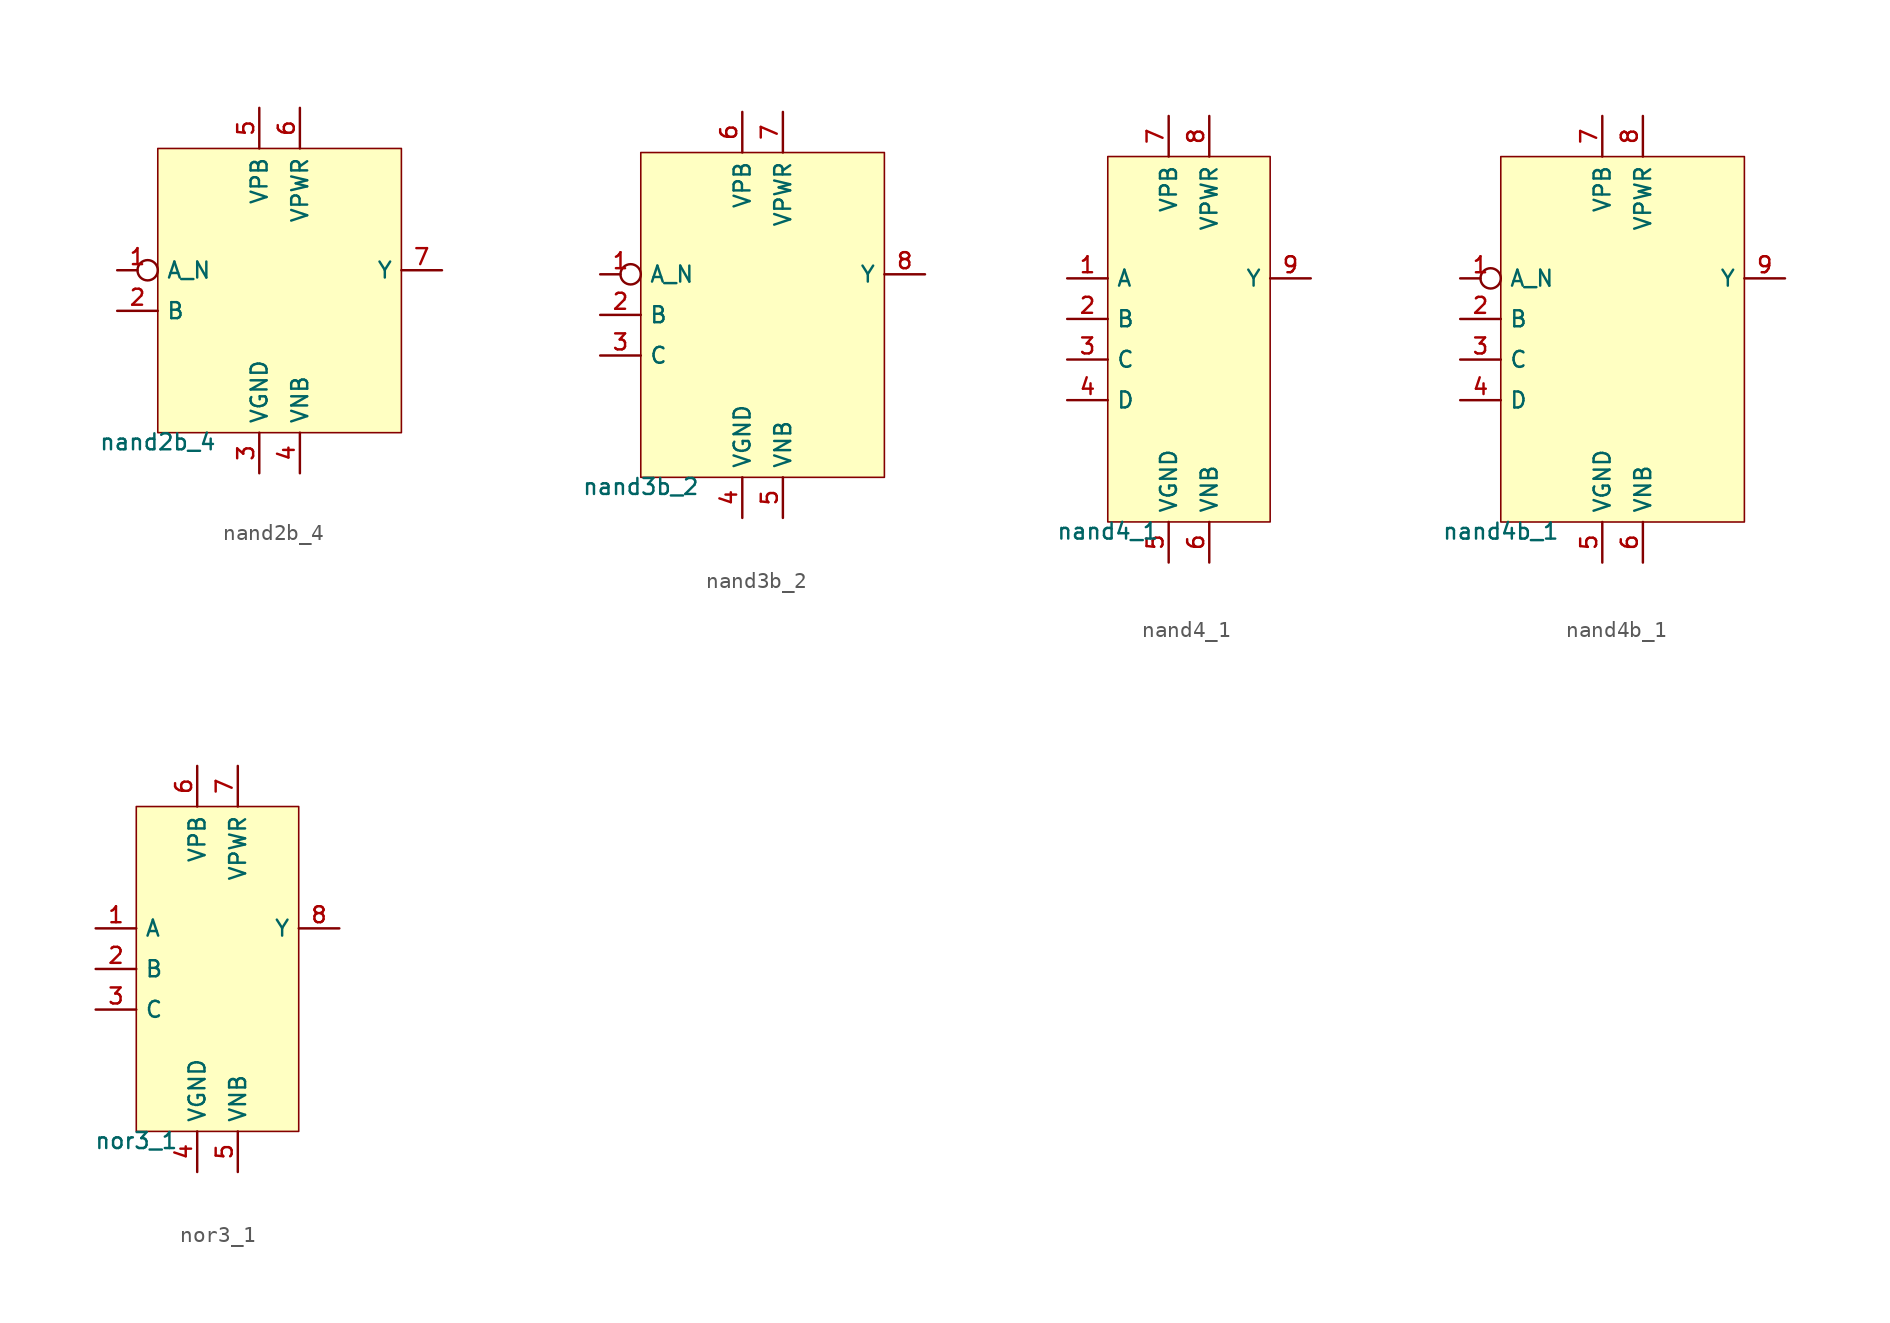
<source format=kicad_sym>
(kicad_symbol_lib
  (version 20211014)
  (generator pdk2kicad)
  (symbol "nand2b_4"
    (property "Reference" "X"
      (at 0 0 0)
      (effects (font (size 1 1)) hide))
    (property "Value" "nand2b_4"
      (at -7.62 -8.89 0)
      (effects (font (size 1 1)) (justify top)))
    (rectangle
      (start -7.62 -8.89)
      (end 7.62 8.89)
      (stroke (width 0.1) (type solid) (color 0 0 0 0))
      (fill (type background)))
    (pin input inverted
      (at -10.16 1.27 0)
      (length 2.54)
      (name "A_N" (effects (font (size 1 1)) hide))
      (number "1" (effects (font (size 1 1)) hide)))
    (pin input line
      (at -10.16 -1.27 0)
      (length 2.54)
      (name "B" (effects (font (size 1 1)) hide))
      (number "2" (effects (font (size 1 1)) hide)))
    (pin power_in line
      (at -1.27 -11.43 90)
      (length 2.54)
      (name "VGND" (effects (font (size 1 1)) hide))
      (number "3" (effects (font (size 1 1)) hide)))
    (pin power_in line
      (at 1.27 -11.43 90)
      (length 2.54)
      (name "VNB" (effects (font (size 1 1)) hide))
      (number "4" (effects (font (size 1 1)) hide)))
    (pin power_in line
      (at -1.27 11.43 270)
      (length 2.54)
      (name "VPB" (effects (font (size 1 1)) hide))
      (number "5" (effects (font (size 1 1)) hide)))
    (pin power_in line
      (at 1.27 11.43 270)
      (length 2.54)
      (name "VPWR" (effects (font (size 1 1)) hide))
      (number "6" (effects (font (size 1 1)) hide)))
    (pin output line
      (at 10.16 1.27 180)
      (length 2.54)
      (name "Y" (effects (font (size 1 1)) hide))
      (number "7" (effects (font (size 1 1)) hide))))
  (symbol "nand3b_2"
    (property "Reference" "X"
      (at 0 0 0)
      (effects (font (size 1 1)) hide))
    (property "Value" "nand3b_2"
      (at -7.62 -10.16 0)
      (effects (font (size 1 1)) (justify top)))
    (rectangle
      (start -7.62 -10.16)
      (end 7.62 10.16)
      (stroke (width 0.1) (type solid) (color 0 0 0 0))
      (fill (type background)))
    (pin input inverted
      (at -10.16 2.54 0)
      (length 2.54)
      (name "A_N" (effects (font (size 1 1)) hide))
      (number "1" (effects (font (size 1 1)) hide)))
    (pin input line
      (at -10.16 0.0 0)
      (length 2.54)
      (name "B" (effects (font (size 1 1)) hide))
      (number "2" (effects (font (size 1 1)) hide)))
    (pin input line
      (at -10.16 -2.54 0)
      (length 2.54)
      (name "C" (effects (font (size 1 1)) hide))
      (number "3" (effects (font (size 1 1)) hide)))
    (pin power_in line
      (at -1.27 -12.7 90)
      (length 2.54)
      (name "VGND" (effects (font (size 1 1)) hide))
      (number "4" (effects (font (size 1 1)) hide)))
    (pin power_in line
      (at 1.27 -12.7 90)
      (length 2.54)
      (name "VNB" (effects (font (size 1 1)) hide))
      (number "5" (effects (font (size 1 1)) hide)))
    (pin power_in line
      (at -1.27 12.7 270)
      (length 2.54)
      (name "VPB" (effects (font (size 1 1)) hide))
      (number "6" (effects (font (size 1 1)) hide)))
    (pin power_in line
      (at 1.27 12.7 270)
      (length 2.54)
      (name "VPWR" (effects (font (size 1 1)) hide))
      (number "7" (effects (font (size 1 1)) hide)))
    (pin output line
      (at 10.16 2.54 180)
      (length 2.54)
      (name "Y" (effects (font (size 1 1)) hide))
      (number "8" (effects (font (size 1 1)) hide))))
  (symbol "nand4_1"
    (property "Reference" "X"
      (at 0 0 0)
      (effects (font (size 1 1)) hide))
    (property "Value" "nand4_1"
      (at -5.08 -11.43 0)
      (effects (font (size 1 1)) (justify top)))
    (rectangle
      (start -5.08 -11.43)
      (end 5.08 11.43)
      (stroke (width 0.1) (type solid) (color 0 0 0 0))
      (fill (type background)))
    (pin input line
      (at -7.62 3.81 0)
      (length 2.54)
      (name "A" (effects (font (size 1 1)) hide))
      (number "1" (effects (font (size 1 1)) hide)))
    (pin input line
      (at -7.62 1.27 0)
      (length 2.54)
      (name "B" (effects (font (size 1 1)) hide))
      (number "2" (effects (font (size 1 1)) hide)))
    (pin input line
      (at -7.62 -1.27 0)
      (length 2.54)
      (name "C" (effects (font (size 1 1)) hide))
      (number "3" (effects (font (size 1 1)) hide)))
    (pin input line
      (at -7.62 -3.81 0)
      (length 2.54)
      (name "D" (effects (font (size 1 1)) hide))
      (number "4" (effects (font (size 1 1)) hide)))
    (pin power_in line
      (at -1.27 -13.97 90)
      (length 2.54)
      (name "VGND" (effects (font (size 1 1)) hide))
      (number "5" (effects (font (size 1 1)) hide)))
    (pin power_in line
      (at 1.27 -13.97 90)
      (length 2.54)
      (name "VNB" (effects (font (size 1 1)) hide))
      (number "6" (effects (font (size 1 1)) hide)))
    (pin power_in line
      (at -1.27 13.97 270)
      (length 2.54)
      (name "VPB" (effects (font (size 1 1)) hide))
      (number "7" (effects (font (size 1 1)) hide)))
    (pin power_in line
      (at 1.27 13.97 270)
      (length 2.54)
      (name "VPWR" (effects (font (size 1 1)) hide))
      (number "8" (effects (font (size 1 1)) hide)))
    (pin output line
      (at 7.62 3.81 180)
      (length 2.54)
      (name "Y" (effects (font (size 1 1)) hide))
      (number "9" (effects (font (size 1 1)) hide))))
  (symbol "nand4b_1"
    (property "Reference" "X"
      (at 0 0 0)
      (effects (font (size 1 1)) hide))
    (property "Value" "nand4b_1"
      (at -7.62 -11.43 0)
      (effects (font (size 1 1)) (justify top)))
    (rectangle
      (start -7.62 -11.43)
      (end 7.62 11.43)
      (stroke (width 0.1) (type solid) (color 0 0 0 0))
      (fill (type background)))
    (pin input inverted
      (at -10.16 3.81 0)
      (length 2.54)
      (name "A_N" (effects (font (size 1 1)) hide))
      (number "1" (effects (font (size 1 1)) hide)))
    (pin input line
      (at -10.16 1.27 0)
      (length 2.54)
      (name "B" (effects (font (size 1 1)) hide))
      (number "2" (effects (font (size 1 1)) hide)))
    (pin input line
      (at -10.16 -1.27 0)
      (length 2.54)
      (name "C" (effects (font (size 1 1)) hide))
      (number "3" (effects (font (size 1 1)) hide)))
    (pin input line
      (at -10.16 -3.81 0)
      (length 2.54)
      (name "D" (effects (font (size 1 1)) hide))
      (number "4" (effects (font (size 1 1)) hide)))
    (pin power_in line
      (at -1.27 -13.97 90)
      (length 2.54)
      (name "VGND" (effects (font (size 1 1)) hide))
      (number "5" (effects (font (size 1 1)) hide)))
    (pin power_in line
      (at 1.27 -13.97 90)
      (length 2.54)
      (name "VNB" (effects (font (size 1 1)) hide))
      (number "6" (effects (font (size 1 1)) hide)))
    (pin power_in line
      (at -1.27 13.97 270)
      (length 2.54)
      (name "VPB" (effects (font (size 1 1)) hide))
      (number "7" (effects (font (size 1 1)) hide)))
    (pin power_in line
      (at 1.27 13.97 270)
      (length 2.54)
      (name "VPWR" (effects (font (size 1 1)) hide))
      (number "8" (effects (font (size 1 1)) hide)))
    (pin output line
      (at 10.16 3.81 180)
      (length 2.54)
      (name "Y" (effects (font (size 1 1)) hide))
      (number "9" (effects (font (size 1 1)) hide))))
  (symbol "nor3_1"
    (property "Reference" "X"
      (at 0 0 0)
      (effects (font (size 1 1)) hide))
    (property "Value" "nor3_1"
      (at -5.08 -10.16 0)
      (effects (font (size 1 1)) (justify top)))
    (rectangle
      (start -5.08 -10.16)
      (end 5.08 10.16)
      (stroke (width 0.1) (type solid) (color 0 0 0 0))
      (fill (type background)))
    (pin input line
      (at -7.62 2.54 0)
      (length 2.54)
      (name "A" (effects (font (size 1 1)) hide))
      (number "1" (effects (font (size 1 1)) hide)))
    (pin input line
      (at -7.62 0.0 0)
      (length 2.54)
      (name "B" (effects (font (size 1 1)) hide))
      (number "2" (effects (font (size 1 1)) hide)))
    (pin input line
      (at -7.62 -2.54 0)
      (length 2.54)
      (name "C" (effects (font (size 1 1)) hide))
      (number "3" (effects (font (size 1 1)) hide)))
    (pin power_in line
      (at -1.27 -12.7 90)
      (length 2.54)
      (name "VGND" (effects (font (size 1 1)) hide))
      (number "4" (effects (font (size 1 1)) hide)))
    (pin power_in line
      (at 1.27 -12.7 90)
      (length 2.54)
      (name "VNB" (effects (font (size 1 1)) hide))
      (number "5" (effects (font (size 1 1)) hide)))
    (pin power_in line
      (at -1.27 12.7 270)
      (length 2.54)
      (name "VPB" (effects (font (size 1 1)) hide))
      (number "6" (effects (font (size 1 1)) hide)))
    (pin power_in line
      (at 1.27 12.7 270)
      (length 2.54)
      (name "VPWR" (effects (font (size 1 1)) hide))
      (number "7" (effects (font (size 1 1)) hide)))
    (pin output line
      (at 7.62 2.54 180)
      (length 2.54)
      (name "Y" (effects (font (size 1 1)) hide))
      (number "8" (effects (font (size 1 1)) hide)))))
</source>
